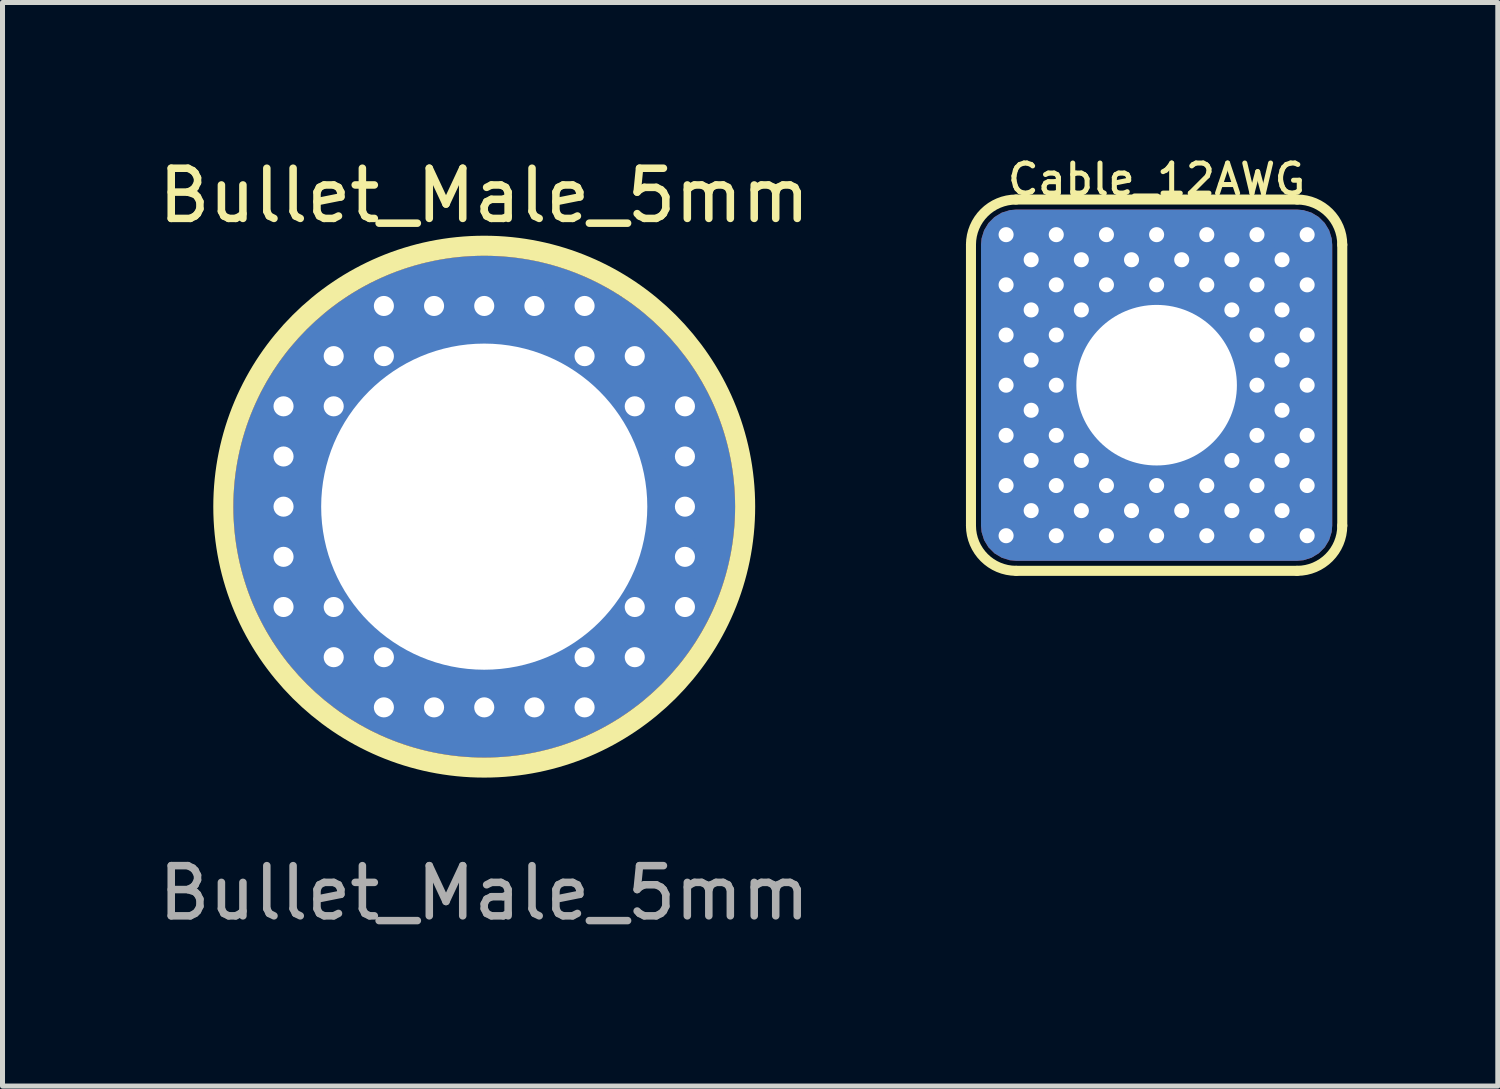
<source format=kicad_pcb>
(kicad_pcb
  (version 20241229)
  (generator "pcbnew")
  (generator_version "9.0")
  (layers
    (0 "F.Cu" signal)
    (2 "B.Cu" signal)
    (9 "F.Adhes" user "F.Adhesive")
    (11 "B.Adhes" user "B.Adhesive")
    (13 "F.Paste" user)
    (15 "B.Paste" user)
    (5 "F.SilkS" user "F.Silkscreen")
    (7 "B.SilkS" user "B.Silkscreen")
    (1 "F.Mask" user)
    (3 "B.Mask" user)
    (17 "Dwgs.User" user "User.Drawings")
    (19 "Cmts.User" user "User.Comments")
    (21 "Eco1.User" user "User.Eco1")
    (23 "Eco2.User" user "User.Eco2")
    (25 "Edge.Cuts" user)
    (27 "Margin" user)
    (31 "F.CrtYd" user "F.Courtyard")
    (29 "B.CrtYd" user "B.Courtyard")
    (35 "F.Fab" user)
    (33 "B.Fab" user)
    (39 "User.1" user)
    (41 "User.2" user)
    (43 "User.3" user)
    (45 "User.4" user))
  (footprint "Cable_12AWG"
    (layer "F.Cu")
    (at 20.002 4.627)
    (property "Reference" "Cable_12AWG" (at 0 -4.1 0) (unlocked yes) (layer "F.SilkS") (effects (font (size 0.6 0.6) (thickness 0.1))))
    (attr smd exclude_from_pos_files exclude_from_bom)
    (fp_line (start -3.7 2.8) (end -3.7 -2.8) (stroke (width 0.2) (type default)) (layer "F.SilkS"))
    (fp_line (start 2.8 -3.7) (end -2.8 -3.7) (stroke (width 0.2) (type default)) (layer "F.SilkS"))
    (fp_line (start 2.8 3.7) (end -2.8 3.7) (stroke (width 0.2) (type default)) (layer "F.SilkS"))
    (fp_line (start 3.7 2.8) (end 3.7 -2.8) (stroke (width 0.2) (type default)) (layer "F.SilkS"))
    (fp_arc (start -3.7 -2.8) (mid -3.436396 -3.436396) (end -2.8 -3.7) (stroke (width 0.2) (type default)) (layer "F.SilkS"))
    (fp_arc (start -2.8 3.7) (mid -3.436396 3.436396) (end -3.7 2.8) (stroke (width 0.2) (type default)) (layer "F.SilkS"))
    (fp_arc (start 2.8 -3.7) (mid 3.436396 -3.436396) (end 3.7 -2.8) (stroke (width 0.2) (type default)) (layer "F.SilkS"))
    (fp_arc (start 3.7 2.8) (mid 3.436396 3.436396) (end 2.8 3.7) (stroke (width 0.2) (type default)) (layer "F.SilkS"))
    (pad "1" thru_hole circle (at -3 -3) (size 0.6 0.6) (drill 0.3) (layers "*.Cu"))
    (pad "1" thru_hole circle (at -3 -2) (size 0.6 0.6) (drill 0.3) (layers "*.Cu"))
    (pad "1" thru_hole circle (at -3 -1) (size 0.6 0.6) (drill 0.3) (layers "*.Cu"))
    (pad "1" thru_hole circle (at -3 0) (size 0.6 0.6) (drill 0.3) (layers "*.Cu"))
    (pad "1" thru_hole circle (at -3 1) (size 0.6 0.6) (drill 0.3) (layers "*.Cu"))
    (pad "1" thru_hole circle (at -3 2) (size 0.6 0.6) (drill 0.3) (layers "*.Cu"))
    (pad "1" thru_hole circle (at -3 3) (size 0.6 0.6) (drill 0.3) (layers "*.Cu"))
    (pad "1" thru_hole circle (at -2.5 -2.5) (size 0.6 0.6) (drill 0.3) (layers "*.Cu"))
    (pad "1" thru_hole circle (at -2.5 -1.5) (size 0.6 0.6) (drill 0.3) (layers "*.Cu"))
    (pad "1" thru_hole circle (at -2.5 -0.5) (size 0.6 0.6) (drill 0.3) (layers "*.Cu"))
    (pad "1" thru_hole circle (at -2.5 0.5) (size 0.6 0.6) (drill 0.3) (layers "*.Cu"))
    (pad "1" thru_hole circle (at -2.5 1.5) (size 0.6 0.6) (drill 0.3) (layers "*.Cu"))
    (pad "1" thru_hole circle (at -2.5 2.5) (size 0.6 0.6) (drill 0.3) (layers "*.Cu"))
    (pad "1" thru_hole circle (at -2 -3) (size 0.6 0.6) (drill 0.3) (layers "*.Cu"))
    (pad "1" thru_hole circle (at -2 -2) (size 0.6 0.6) (drill 0.3) (layers "*.Cu"))
    (pad "1" thru_hole circle (at -2 -1) (size 0.6 0.6) (drill 0.3) (layers "*.Cu"))
    (pad "1" thru_hole circle (at -2 0) (size 0.6 0.6) (drill 0.3) (layers "*.Cu"))
    (pad "1" thru_hole circle (at -2 1) (size 0.6 0.6) (drill 0.3) (layers "*.Cu"))
    (pad "1" thru_hole circle (at -2 2) (size 0.6 0.6) (drill 0.3) (layers "*.Cu"))
    (pad "1" thru_hole circle (at -2 3) (size 0.6 0.6) (drill 0.3) (layers "*.Cu"))
    (pad "1" thru_hole circle (at -1.5 -2.5) (size 0.6 0.6) (drill 0.3) (layers "*.Cu"))
    (pad "1" thru_hole circle (at -1.5 -1.5) (size 0.6 0.6) (drill 0.3) (layers "*.Cu"))
    (pad "1" thru_hole circle (at -1.5 1.5) (size 0.6 0.6) (drill 0.3) (layers "*.Cu"))
    (pad "1" thru_hole circle (at -1.5 2.5) (size 0.6 0.6) (drill 0.3) (layers "*.Cu"))
    (pad "1" thru_hole circle (at -1 -3) (size 0.6 0.6) (drill 0.3) (layers "*.Cu"))
    (pad "1" thru_hole circle (at -1 -2) (size 0.6 0.6) (drill 0.3) (layers "*.Cu"))
    (pad "1" thru_hole circle (at -1 2) (size 0.6 0.6) (drill 0.3) (layers "*.Cu"))
    (pad "1" thru_hole circle (at -1 3) (size 0.6 0.6) (drill 0.3) (layers "*.Cu"))
    (pad "1" thru_hole circle (at -0.5 -2.5) (size 0.6 0.6) (drill 0.3) (layers "*.Cu"))
    (pad "1" thru_hole circle (at -0.5 2.5) (size 0.6 0.6) (drill 0.3) (layers "*.Cu"))
    (pad "1" thru_hole circle (at 0 -3) (size 0.6 0.6) (drill 0.3) (layers "*.Cu"))
    (pad "1" thru_hole circle (at 0 -2) (size 0.6 0.6) (drill 0.3) (layers "*.Cu"))
    (pad "1" thru_hole roundrect (at 0 0) (size 7 7) (drill 3.2) (layers "*.Cu" "*.Mask") (roundrect_rratio 0.1))
    (pad "1" thru_hole circle (at 0 2) (size 0.6 0.6) (drill 0.3) (layers "*.Cu"))
    (pad "1" thru_hole circle (at 0 3) (size 0.6 0.6) (drill 0.3) (layers "*.Cu"))
    (pad "1" thru_hole circle (at 0.5 -2.5) (size 0.6 0.6) (drill 0.3) (layers "*.Cu"))
    (pad "1" thru_hole circle (at 0.5 2.5) (size 0.6 0.6) (drill 0.3) (layers "*.Cu"))
    (pad "1" thru_hole circle (at 1 -3) (size 0.6 0.6) (drill 0.3) (layers "*.Cu"))
    (pad "1" thru_hole circle (at 1 -2) (size 0.6 0.6) (drill 0.3) (layers "*.Cu"))
    (pad "1" thru_hole circle (at 1 2) (size 0.6 0.6) (drill 0.3) (layers "*.Cu"))
    (pad "1" thru_hole circle (at 1 3) (size 0.6 0.6) (drill 0.3) (layers "*.Cu"))
    (pad "1" thru_hole circle (at 1.5 -2.5) (size 0.6 0.6) (drill 0.3) (layers "*.Cu"))
    (pad "1" thru_hole circle (at 1.5 -1.5) (size 0.6 0.6) (drill 0.3) (layers "*.Cu"))
    (pad "1" thru_hole circle (at 1.5 1.5) (size 0.6 0.6) (drill 0.3) (layers "*.Cu"))
    (pad "1" thru_hole circle (at 1.5 2.5) (size 0.6 0.6) (drill 0.3) (layers "*.Cu"))
    (pad "1" thru_hole circle (at 2 -3) (size 0.6 0.6) (drill 0.3) (layers "*.Cu"))
    (pad "1" thru_hole circle (at 2 -2) (size 0.6 0.6) (drill 0.3) (layers "*.Cu"))
    (pad "1" thru_hole circle (at 2 -1) (size 0.6 0.6) (drill 0.3) (layers "*.Cu"))
    (pad "1" thru_hole circle (at 2 0) (size 0.6 0.6) (drill 0.3) (layers "*.Cu"))
    (pad "1" thru_hole circle (at 2 1) (size 0.6 0.6) (drill 0.3) (layers "*.Cu"))
    (pad "1" thru_hole circle (at 2 2) (size 0.6 0.6) (drill 0.3) (layers "*.Cu"))
    (pad "1" thru_hole circle (at 2 3) (size 0.6 0.6) (drill 0.3) (layers "*.Cu"))
    (pad "1" thru_hole circle (at 2.5 -2.5) (size 0.6 0.6) (drill 0.3) (layers "*.Cu"))
    (pad "1" thru_hole circle (at 2.5 -1.5) (size 0.6 0.6) (drill 0.3) (layers "*.Cu"))
    (pad "1" thru_hole circle (at 2.5 -0.5) (size 0.6 0.6) (drill 0.3) (layers "*.Cu"))
    (pad "1" thru_hole circle (at 2.5 0.5) (size 0.6 0.6) (drill 0.3) (layers "*.Cu"))
    (pad "1" thru_hole circle (at 2.5 1.5) (size 0.6 0.6) (drill 0.3) (layers "*.Cu"))
    (pad "1" thru_hole circle (at 2.5 2.5) (size 0.6 0.6) (drill 0.3) (layers "*.Cu"))
    (pad "1" thru_hole circle (at 3 -3) (size 0.6 0.6) (drill 0.3) (layers "*.Cu"))
    (pad "1" thru_hole circle (at 3 -2) (size 0.6 0.6) (drill 0.3) (layers "*.Cu"))
    (pad "1" thru_hole circle (at 3 -1) (size 0.6 0.6) (drill 0.3) (layers "*.Cu"))
    (pad "1" thru_hole circle (at 3 0) (size 0.6 0.6) (drill 0.3) (layers "*.Cu"))
    (pad "1" thru_hole circle (at 3 1) (size 0.6 0.6) (drill 0.3) (layers "*.Cu"))
    (pad "1" thru_hole circle (at 3 2) (size 0.6 0.6) (drill 0.3) (layers "*.Cu"))
    (pad "1" thru_hole circle (at 3 3) (size 0.6 0.6) (drill 0.3) (layers "*.Cu")))
  (footprint "Bullet_Male_5mm"
    (layer "F.Cu")
    (at 6.601 7.048)
    (property "Reference" "Bullet_Male_5mm" (at 0 -6.2 0) (unlocked yes) (layer "F.SilkS") (effects (font (size 1 1) (thickness 0.15))))
    (attr through_hole)
    (fp_circle (center 0 0) (end 5.2 0) (stroke (width 0.4) (type default)) (fill no) (layer "F.SilkS"))
    (fp_text user "${REFERENCE}" (at 0 7.7 0) (unlocked yes) (layer "F.Fab") (effects (font (size 1 1) (thickness 0.15))))
    (pad "1" thru_hole circle (at -4 -2) (size 0.8 0.8) (drill 0.4) (layers "*.Cu"))
    (pad "1" thru_hole circle (at -4 -1) (size 0.8 0.8) (drill 0.4) (layers "*.Cu"))
    (pad "1" thru_hole circle (at -4 0) (size 0.8 0.8) (drill 0.4) (layers "*.Cu"))
    (pad "1" thru_hole circle (at -4 1) (size 0.8 0.8) (drill 0.4) (layers "*.Cu"))
    (pad "1" thru_hole circle (at -4 2) (size 0.8 0.8) (drill 0.4) (layers "*.Cu"))
    (pad "1" thru_hole circle (at -3 -3) (size 0.8 0.8) (drill 0.4) (layers "*.Cu"))
    (pad "1" thru_hole circle (at -3 -2) (size 0.8 0.8) (drill 0.4) (layers "*.Cu"))
    (pad "1" thru_hole circle (at -3 2) (size 0.8 0.8) (drill 0.4) (layers "*.Cu"))
    (pad "1" thru_hole circle (at -3 3) (size 0.8 0.8) (drill 0.4) (layers "*.Cu"))
    (pad "1" thru_hole circle (at -2 -4) (size 0.8 0.8) (drill 0.4) (layers "*.Cu"))
    (pad "1" thru_hole circle (at -2 -3) (size 0.8 0.8) (drill 0.4) (layers "*.Cu"))
    (pad "1" thru_hole circle (at -2 3) (size 0.8 0.8) (drill 0.4) (layers "*.Cu"))
    (pad "1" thru_hole circle (at -2 4) (size 0.8 0.8) (drill 0.4) (layers "*.Cu"))
    (pad "1" thru_hole circle (at -1 -4) (size 0.8 0.8) (drill 0.4) (layers "*.Cu"))
    (pad "1" thru_hole circle (at -1 4) (size 0.8 0.8) (drill 0.4) (layers "*.Cu"))
    (pad "1" thru_hole circle (at 0 -4) (size 0.8 0.8) (drill 0.4) (layers "*.Cu"))
    (pad "1" thru_hole circle (at 0 0) (size 10 10) (drill 6.5) (layers "*.Cu" "F.Mask"))
    (pad "1" thru_hole circle (at 0 4) (size 0.8 0.8) (drill 0.4) (layers "*.Cu"))
    (pad "1" thru_hole circle (at 1 -4) (size 0.8 0.8) (drill 0.4) (layers "*.Cu"))
    (pad "1" thru_hole circle (at 1 4) (size 0.8 0.8) (drill 0.4) (layers "*.Cu"))
    (pad "1" thru_hole circle (at 2 -4) (size 0.8 0.8) (drill 0.4) (layers "*.Cu"))
    (pad "1" thru_hole circle (at 2 -3) (size 0.8 0.8) (drill 0.4) (layers "*.Cu"))
    (pad "1" thru_hole circle (at 2 3) (size 0.8 0.8) (drill 0.4) (layers "*.Cu"))
    (pad "1" thru_hole circle (at 2 4) (size 0.8 0.8) (drill 0.4) (layers "*.Cu"))
    (pad "1" thru_hole circle (at 3 -3) (size 0.8 0.8) (drill 0.4) (layers "*.Cu"))
    (pad "1" thru_hole circle (at 3 -2) (size 0.8 0.8) (drill 0.4) (layers "*.Cu"))
    (pad "1" thru_hole circle (at 3 2) (size 0.8 0.8) (drill 0.4) (layers "*.Cu"))
    (pad "1" thru_hole circle (at 3 3) (size 0.8 0.8) (drill 0.4) (layers "*.Cu"))
    (pad "1" thru_hole circle (at 4 -2) (size 0.8 0.8) (drill 0.4) (layers "*.Cu"))
    (pad "1" thru_hole circle (at 4 -1) (size 0.8 0.8) (drill 0.4) (layers "*.Cu"))
    (pad "1" thru_hole circle (at 4 0) (size 0.8 0.8) (drill 0.4) (layers "*.Cu"))
    (pad "1" thru_hole circle (at 4 1) (size 0.8 0.8) (drill 0.4) (layers "*.Cu"))
    (pad "1" thru_hole circle (at 4 2) (size 0.8 0.8) (drill 0.4) (layers "*.Cu")))
  (gr_rect
    (start -3 -3)
    (end 26.802 18.596)
    (stroke (width 0.1) (type default))
    (fill no)
    (layer "Edge.Cuts")))
</source>
